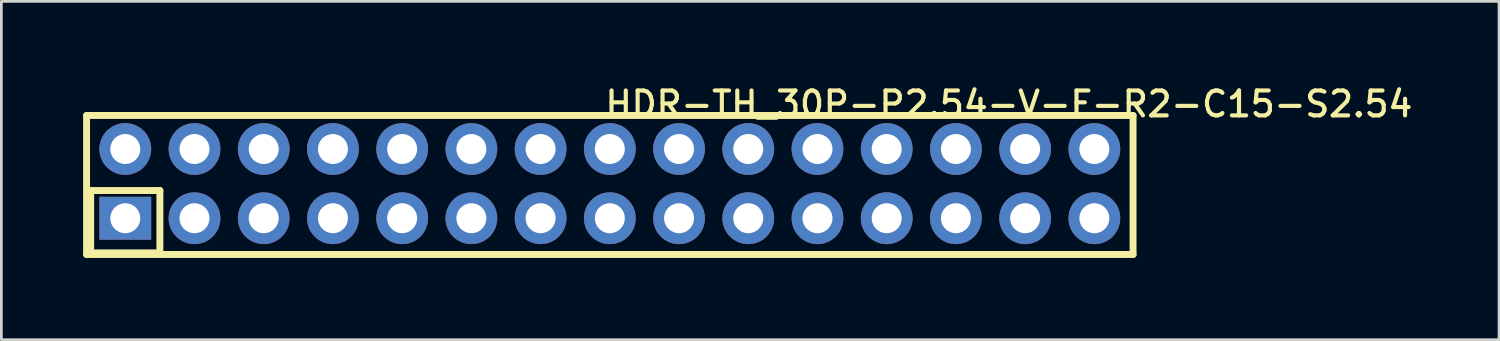
<source format=kicad_pcb>
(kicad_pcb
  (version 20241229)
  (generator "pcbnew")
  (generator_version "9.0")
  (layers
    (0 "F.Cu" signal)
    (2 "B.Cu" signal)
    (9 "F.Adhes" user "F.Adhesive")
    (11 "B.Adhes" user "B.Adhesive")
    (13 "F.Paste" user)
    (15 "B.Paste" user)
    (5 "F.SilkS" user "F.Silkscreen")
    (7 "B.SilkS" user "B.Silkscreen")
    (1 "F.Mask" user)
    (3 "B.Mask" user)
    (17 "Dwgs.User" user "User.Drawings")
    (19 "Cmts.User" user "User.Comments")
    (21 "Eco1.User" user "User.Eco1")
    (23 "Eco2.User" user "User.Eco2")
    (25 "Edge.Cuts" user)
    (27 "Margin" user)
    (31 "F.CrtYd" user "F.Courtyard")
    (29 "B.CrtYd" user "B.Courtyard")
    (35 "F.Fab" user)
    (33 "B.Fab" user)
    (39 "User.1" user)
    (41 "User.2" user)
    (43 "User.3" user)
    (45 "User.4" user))
  (footprint "HDR-TH_30P-P2.54-V-F-R2-C15-S2.54"
    (layer "F.Cu")
    (at 19.327 3.688)
    (property "Reference" "HDR-TH_30P-P2.54-V-F-R2-C15-S2.54" (at -0.254 -3.454 0) (layer "F.SilkS") (effects (font (size 0.914 0.914) (thickness 0.152)) (justify left top)))
    (fp_line (start -19.2 -2.5) (end 19.2 -2.5) (stroke (width 0.254) (type default)) (layer "F.SilkS"))
    (fp_line (start -19.2 2.6) (end -19.2 -2.5) (stroke (width 0.254) (type default)) (layer "F.SilkS"))
    (fp_line (start -19.05 0.254) (end -16.51 0.254) (stroke (width 0.254) (type default)) (layer "F.SilkS"))
    (fp_line (start -19.05 2.54) (end -19.05 0.254) (stroke (width 0.254) (type default)) (layer "F.SilkS"))
    (fp_line (start -16.51 0.254) (end -16.51 2.54) (stroke (width 0.254) (type default)) (layer "F.SilkS"))
    (fp_line (start -16.51 2.54) (end -19.05 2.54) (stroke (width 0.254) (type default)) (layer "F.SilkS"))
    (fp_line (start 19.2 -2.5) (end 19.2 2.6) (stroke (width 0.254) (type default)) (layer "F.SilkS"))
    (fp_line (start 19.2 2.6) (end -19.2 2.6) (stroke (width 0.254) (type default)) (layer "F.SilkS"))
    (fp_circle (center -19.25 2.5) (end -19.22 2.5) (stroke (width 0.06) (type default)) (fill no) (layer "User.5"))
    (pad "1" thru_hole rect (at -17.78 1.27) (size 1.9 1.575) (drill 1.1) (layers "*.Cu" "*.Mask"))
    (pad "2" thru_hole oval (at -17.78 -1.27) (size 1.9 1.9) (drill 1.1) (layers "*.Cu" "*.Mask"))
    (pad "3" thru_hole oval (at -15.24 1.27) (size 1.9 1.9) (drill 1.1) (layers "*.Cu" "*.Mask"))
    (pad "4" thru_hole oval (at -15.24 -1.27) (size 1.9 1.9) (drill 1.1) (layers "*.Cu" "*.Mask"))
    (pad "5" thru_hole oval (at -12.7 1.27) (size 1.9 1.9) (drill 1.1) (layers "*.Cu" "*.Mask"))
    (pad "6" thru_hole oval (at -12.7 -1.27) (size 1.9 1.9) (drill 1.1) (layers "*.Cu" "*.Mask"))
    (pad "7" thru_hole oval (at -10.16 1.27) (size 1.9 1.9) (drill 1.1) (layers "*.Cu" "*.Mask"))
    (pad "8" thru_hole oval (at -10.16 -1.27) (size 1.9 1.9) (drill 1.1) (layers "*.Cu" "*.Mask"))
    (pad "9" thru_hole oval (at -7.62 1.27) (size 1.9 1.9) (drill 1.1) (layers "*.Cu" "*.Mask"))
    (pad "10" thru_hole oval (at -7.62 -1.27) (size 1.9 1.9) (drill 1.1) (layers "*.Cu" "*.Mask"))
    (pad "11" thru_hole oval (at -5.08 1.27) (size 1.9 1.9) (drill 1.1) (layers "*.Cu" "*.Mask"))
    (pad "12" thru_hole oval (at -5.08 -1.27) (size 1.9 1.9) (drill 1.1) (layers "*.Cu" "*.Mask"))
    (pad "13" thru_hole oval (at -2.54 1.27) (size 1.9 1.9) (drill 1.1) (layers "*.Cu" "*.Mask"))
    (pad "14" thru_hole oval (at -2.54 -1.27) (size 1.9 1.9) (drill 1.1) (layers "*.Cu" "*.Mask"))
    (pad "15" thru_hole oval (at 0 1.27) (size 1.9 1.9) (drill 1.1) (layers "*.Cu" "*.Mask"))
    (pad "16" thru_hole oval (at 0 -1.27) (size 1.9 1.9) (drill 1.1) (layers "*.Cu" "*.Mask"))
    (pad "17" thru_hole oval (at 2.54 1.27) (size 1.9 1.9) (drill 1.1) (layers "*.Cu" "*.Mask"))
    (pad "18" thru_hole oval (at 2.54 -1.27) (size 1.9 1.9) (drill 1.1) (layers "*.Cu" "*.Mask"))
    (pad "19" thru_hole oval (at 5.08 1.27) (size 1.9 1.9) (drill 1.1) (layers "*.Cu" "*.Mask"))
    (pad "20" thru_hole oval (at 5.08 -1.27) (size 1.9 1.9) (drill 1.1) (layers "*.Cu" "*.Mask"))
    (pad "21" thru_hole oval (at 7.62 1.27) (size 1.9 1.9) (drill 1.1) (layers "*.Cu" "*.Mask"))
    (pad "22" thru_hole oval (at 7.62 -1.27) (size 1.9 1.9) (drill 1.1) (layers "*.Cu" "*.Mask"))
    (pad "23" thru_hole oval (at 10.16 1.27) (size 1.9 1.9) (drill 1.1) (layers "*.Cu" "*.Mask"))
    (pad "24" thru_hole oval (at 10.16 -1.27) (size 1.9 1.9) (drill 1.1) (layers "*.Cu" "*.Mask"))
    (pad "25" thru_hole oval (at 12.7 1.27) (size 1.9 1.9) (drill 1.1) (layers "*.Cu" "*.Mask"))
    (pad "26" thru_hole oval (at 12.7 -1.27) (size 1.9 1.9) (drill 1.1) (layers "*.Cu" "*.Mask"))
    (pad "27" thru_hole oval (at 15.24 1.27) (size 1.9 1.9) (drill 1.1) (layers "*.Cu" "*.Mask"))
    (pad "28" thru_hole oval (at 15.24 -1.27) (size 1.9 1.9) (drill 1.1) (layers "*.Cu" "*.Mask"))
    (pad "29" thru_hole oval (at 17.78 1.27) (size 1.9 1.9) (drill 1.1) (layers "*.Cu" "*.Mask"))
    (pad "30" thru_hole oval (at 17.78 -1.27) (size 1.9 1.9) (drill 1.1) (layers "*.Cu" "*.Mask"))
    (zone (net_name "") (layer "User.3") (hatch edge 0.5) (priority 100) (connect_pads yes) (min_thickness 0) (filled_areas_thickness no) (fill yes) (polygon (pts (xy 0.077 6.188) (xy 0.077 1.188) (xy 38.577 1.188) (xy 38.577 6.188))) (filled_polygon (layer "User.3") (island) (pts (xy 0.077 6.188) (xy 0.077 1.188) (xy 38.577 1.188) (xy 38.577 6.188))))
    (zone (net_name "") (layer "User.4") (hatch edge 0.5) (priority 100) (connect_pads yes) (min_thickness 0) (filled_areas_thickness no) (fill yes) (polygon (pts (xy 1.227 2.218) (xy 1.867 2.218) (xy 1.867 2.618) (xy 1.227 2.618))) (filled_polygon (layer "User.4") (island) (pts (xy 1.227 2.218) (xy 1.867 2.218) (xy 1.867 2.618) (xy 1.227 2.618))))
    (zone (net_name "") (layer "User.4") (hatch edge 0.5) (priority 100) (connect_pads yes) (min_thickness 0) (filled_areas_thickness no) (fill yes) (polygon (pts (xy 1.227 4.758) (xy 1.867 4.758) (xy 1.867 5.158) (xy 1.227 5.158))) (filled_polygon (layer "User.4") (island) (pts (xy 1.227 4.758) (xy 1.867 4.758) (xy 1.867 5.158) (xy 1.227 5.158))))
    (zone (net_name "") (layer "User.4") (hatch edge 0.5) (priority 100) (connect_pads yes) (min_thickness 0) (filled_areas_thickness no) (fill yes) (polygon (pts (xy 3.767 2.218) (xy 4.407 2.218) (xy 4.407 2.618) (xy 3.767 2.618))) (filled_polygon (layer "User.4") (island) (pts (xy 3.767 2.218) (xy 4.407 2.218) (xy 4.407 2.618) (xy 3.767 2.618))))
    (zone (net_name "") (layer "User.4") (hatch edge 0.5) (priority 100) (connect_pads yes) (min_thickness 0) (filled_areas_thickness no) (fill yes) (polygon (pts (xy 3.767 4.758) (xy 4.407 4.758) (xy 4.407 5.158) (xy 3.767 5.158))) (filled_polygon (layer "User.4") (island) (pts (xy 3.767 4.758) (xy 4.407 4.758) (xy 4.407 5.158) (xy 3.767 5.158))))
    (zone (net_name "") (layer "User.4") (hatch edge 0.5) (priority 100) (connect_pads yes) (min_thickness 0) (filled_areas_thickness no) (fill yes) (polygon (pts (xy 6.307 2.218) (xy 6.947 2.218) (xy 6.947 2.618) (xy 6.307 2.618))) (filled_polygon (layer "User.4") (island) (pts (xy 6.307 2.218) (xy 6.947 2.218) (xy 6.947 2.618) (xy 6.307 2.618))))
    (zone (net_name "") (layer "User.4") (hatch edge 0.5) (priority 100) (connect_pads yes) (min_thickness 0) (filled_areas_thickness no) (fill yes) (polygon (pts (xy 6.307 4.758) (xy 6.947 4.758) (xy 6.947 5.158) (xy 6.307 5.158))) (filled_polygon (layer "User.4") (island) (pts (xy 6.307 4.758) (xy 6.947 4.758) (xy 6.947 5.158) (xy 6.307 5.158))))
    (zone (net_name "") (layer "User.4") (hatch edge 0.5) (priority 100) (connect_pads yes) (min_thickness 0) (filled_areas_thickness no) (fill yes) (polygon (pts (xy 8.847 2.218) (xy 9.487 2.218) (xy 9.487 2.618) (xy 8.847 2.618))) (filled_polygon (layer "User.4") (island) (pts (xy 8.847 2.218) (xy 9.487 2.218) (xy 9.487 2.618) (xy 8.847 2.618))))
    (zone (net_name "") (layer "User.4") (hatch edge 0.5) (priority 100) (connect_pads yes) (min_thickness 0) (filled_areas_thickness no) (fill yes) (polygon (pts (xy 8.847 4.758) (xy 9.487 4.758) (xy 9.487 5.158) (xy 8.847 5.158))) (filled_polygon (layer "User.4") (island) (pts (xy 8.847 4.758) (xy 9.487 4.758) (xy 9.487 5.158) (xy 8.847 5.158))))
    (zone (net_name "") (layer "User.4") (hatch edge 0.5) (priority 100) (connect_pads yes) (min_thickness 0) (filled_areas_thickness no) (fill yes) (polygon (pts (xy 11.387 2.218) (xy 12.027 2.218) (xy 12.027 2.618) (xy 11.387 2.618))) (filled_polygon (layer "User.4") (island) (pts (xy 11.387 2.218) (xy 12.027 2.218) (xy 12.027 2.618) (xy 11.387 2.618))))
    (zone (net_name "") (layer "User.4") (hatch edge 0.5) (priority 100) (connect_pads yes) (min_thickness 0) (filled_areas_thickness no) (fill yes) (polygon (pts (xy 11.387 4.758) (xy 12.027 4.758) (xy 12.027 5.158) (xy 11.387 5.158))) (filled_polygon (layer "User.4") (island) (pts (xy 11.387 4.758) (xy 12.027 4.758) (xy 12.027 5.158) (xy 11.387 5.158))))
    (zone (net_name "") (layer "User.4") (hatch edge 0.5) (priority 100) (connect_pads yes) (min_thickness 0) (filled_areas_thickness no) (fill yes) (polygon (pts (xy 13.927 2.218) (xy 14.567 2.218) (xy 14.567 2.618) (xy 13.927 2.618))) (filled_polygon (layer "User.4") (island) (pts (xy 13.927 2.218) (xy 14.567 2.218) (xy 14.567 2.618) (xy 13.927 2.618))))
    (zone (net_name "") (layer "User.4") (hatch edge 0.5) (priority 100) (connect_pads yes) (min_thickness 0) (filled_areas_thickness no) (fill yes) (polygon (pts (xy 13.927 4.758) (xy 14.567 4.758) (xy 14.567 5.158) (xy 13.927 5.158))) (filled_polygon (layer "User.4") (island) (pts (xy 13.927 4.758) (xy 14.567 4.758) (xy 14.567 5.158) (xy 13.927 5.158))))
    (zone (net_name "") (layer "User.4") (hatch edge 0.5) (priority 100) (connect_pads yes) (min_thickness 0) (filled_areas_thickness no) (fill yes) (polygon (pts (xy 16.467 2.218) (xy 17.107 2.218) (xy 17.107 2.618) (xy 16.467 2.618))) (filled_polygon (layer "User.4") (island) (pts (xy 16.467 2.218) (xy 17.107 2.218) (xy 17.107 2.618) (xy 16.467 2.618))))
    (zone (net_name "") (layer "User.4") (hatch edge 0.5) (priority 100) (connect_pads yes) (min_thickness 0) (filled_areas_thickness no) (fill yes) (polygon (pts (xy 16.467 4.758) (xy 17.107 4.758) (xy 17.107 5.158) (xy 16.467 5.158))) (filled_polygon (layer "User.4") (island) (pts (xy 16.467 4.758) (xy 17.107 4.758) (xy 17.107 5.158) (xy 16.467 5.158))))
    (zone (net_name "") (layer "User.4") (hatch edge 0.5) (priority 100) (connect_pads yes) (min_thickness 0) (filled_areas_thickness no) (fill yes) (polygon (pts (xy 19.007 2.218) (xy 19.647 2.218) (xy 19.647 2.618) (xy 19.007 2.618))) (filled_polygon (layer "User.4") (island) (pts (xy 19.007 2.218) (xy 19.647 2.218) (xy 19.647 2.618) (xy 19.007 2.618))))
    (zone (net_name "") (layer "User.4") (hatch edge 0.5) (priority 100) (connect_pads yes) (min_thickness 0) (filled_areas_thickness no) (fill yes) (polygon (pts (xy 19.007 4.758) (xy 19.647 4.758) (xy 19.647 5.158) (xy 19.007 5.158))) (filled_polygon (layer "User.4") (island) (pts (xy 19.007 4.758) (xy 19.647 4.758) (xy 19.647 5.158) (xy 19.007 5.158))))
    (zone (net_name "") (layer "User.4") (hatch edge 0.5) (priority 100) (connect_pads yes) (min_thickness 0) (filled_areas_thickness no) (fill yes) (polygon (pts (xy 21.547 2.218) (xy 22.187 2.218) (xy 22.187 2.618) (xy 21.547 2.618))) (filled_polygon (layer "User.4") (island) (pts (xy 21.547 2.218) (xy 22.187 2.218) (xy 22.187 2.618) (xy 21.547 2.618))))
    (zone (net_name "") (layer "User.4") (hatch edge 0.5) (priority 100) (connect_pads yes) (min_thickness 0) (filled_areas_thickness no) (fill yes) (polygon (pts (xy 21.547 4.758) (xy 22.187 4.758) (xy 22.187 5.158) (xy 21.547 5.158))) (filled_polygon (layer "User.4") (island) (pts (xy 21.547 4.758) (xy 22.187 4.758) (xy 22.187 5.158) (xy 21.547 5.158))))
    (zone (net_name "") (layer "User.4") (hatch edge 0.5) (priority 100) (connect_pads yes) (min_thickness 0) (filled_areas_thickness no) (fill yes) (polygon (pts (xy 24.087 2.218) (xy 24.727 2.218) (xy 24.727 2.618) (xy 24.087 2.618))) (filled_polygon (layer "User.4") (island) (pts (xy 24.087 2.218) (xy 24.727 2.218) (xy 24.727 2.618) (xy 24.087 2.618))))
    (zone (net_name "") (layer "User.4") (hatch edge 0.5) (priority 100) (connect_pads yes) (min_thickness 0) (filled_areas_thickness no) (fill yes) (polygon (pts (xy 24.087 4.758) (xy 24.727 4.758) (xy 24.727 5.158) (xy 24.087 5.158))) (filled_polygon (layer "User.4") (island) (pts (xy 24.087 4.758) (xy 24.727 4.758) (xy 24.727 5.158) (xy 24.087 5.158))))
    (zone (net_name "") (layer "User.4") (hatch edge 0.5) (priority 100) (connect_pads yes) (min_thickness 0) (filled_areas_thickness no) (fill yes) (polygon (pts (xy 26.627 2.218) (xy 27.267 2.218) (xy 27.267 2.618) (xy 26.627 2.618))) (filled_polygon (layer "User.4") (island) (pts (xy 26.627 2.218) (xy 27.267 2.218) (xy 27.267 2.618) (xy 26.627 2.618))))
    (zone (net_name "") (layer "User.4") (hatch edge 0.5) (priority 100) (connect_pads yes) (min_thickness 0) (filled_areas_thickness no) (fill yes) (polygon (pts (xy 26.627 4.758) (xy 27.267 4.758) (xy 27.267 5.158) (xy 26.627 5.158))) (filled_polygon (layer "User.4") (island) (pts (xy 26.627 4.758) (xy 27.267 4.758) (xy 27.267 5.158) (xy 26.627 5.158))))
    (zone (net_name "") (layer "User.4") (hatch edge 0.5) (priority 100) (connect_pads yes) (min_thickness 0) (filled_areas_thickness no) (fill yes) (polygon (pts (xy 29.167 2.218) (xy 29.807 2.218) (xy 29.807 2.618) (xy 29.167 2.618))) (filled_polygon (layer "User.4") (island) (pts (xy 29.167 2.218) (xy 29.807 2.218) (xy 29.807 2.618) (xy 29.167 2.618))))
    (zone (net_name "") (layer "User.4") (hatch edge 0.5) (priority 100) (connect_pads yes) (min_thickness 0) (filled_areas_thickness no) (fill yes) (polygon (pts (xy 29.167 4.758) (xy 29.807 4.758) (xy 29.807 5.158) (xy 29.167 5.158))) (filled_polygon (layer "User.4") (island) (pts (xy 29.167 4.758) (xy 29.807 4.758) (xy 29.807 5.158) (xy 29.167 5.158))))
    (zone (net_name "") (layer "User.4") (hatch edge 0.5) (priority 100) (connect_pads yes) (min_thickness 0) (filled_areas_thickness no) (fill yes) (polygon (pts (xy 31.707 2.218) (xy 32.347 2.218) (xy 32.347 2.618) (xy 31.707 2.618))) (filled_polygon (layer "User.4") (island) (pts (xy 31.707 2.218) (xy 32.347 2.218) (xy 32.347 2.618) (xy 31.707 2.618))))
    (zone (net_name "") (layer "User.4") (hatch edge 0.5) (priority 100) (connect_pads yes) (min_thickness 0) (filled_areas_thickness no) (fill yes) (polygon (pts (xy 31.707 4.758) (xy 32.347 4.758) (xy 32.347 5.158) (xy 31.707 5.158))) (filled_polygon (layer "User.4") (island) (pts (xy 31.707 4.758) (xy 32.347 4.758) (xy 32.347 5.158) (xy 31.707 5.158))))
    (zone (net_name "") (layer "User.4") (hatch edge 0.5) (priority 100) (connect_pads yes) (min_thickness 0) (filled_areas_thickness no) (fill yes) (polygon (pts (xy 34.247 2.218) (xy 34.887 2.218) (xy 34.887 2.618) (xy 34.247 2.618))) (filled_polygon (layer "User.4") (island) (pts (xy 34.247 2.218) (xy 34.887 2.218) (xy 34.887 2.618) (xy 34.247 2.618))))
    (zone (net_name "") (layer "User.4") (hatch edge 0.5) (priority 100) (connect_pads yes) (min_thickness 0) (filled_areas_thickness no) (fill yes) (polygon (pts (xy 34.247 4.758) (xy 34.887 4.758) (xy 34.887 5.158) (xy 34.247 5.158))) (filled_polygon (layer "User.4") (island) (pts (xy 34.247 4.758) (xy 34.887 4.758) (xy 34.887 5.158) (xy 34.247 5.158))))
    (zone (net_name "") (layer "User.4") (hatch edge 0.5) (priority 100) (connect_pads yes) (min_thickness 0) (filled_areas_thickness no) (fill yes) (polygon (pts (xy 36.787 2.218) (xy 37.427 2.218) (xy 37.427 2.618) (xy 36.787 2.618))) (filled_polygon (layer "User.4") (island) (pts (xy 36.787 2.218) (xy 37.427 2.218) (xy 37.427 2.618) (xy 36.787 2.618))))
    (zone (net_name "") (layer "User.4") (hatch edge 0.5) (priority 100) (connect_pads yes) (min_thickness 0) (filled_areas_thickness no) (fill yes) (polygon (pts (xy 36.787 4.758) (xy 37.427 4.758) (xy 37.427 5.158) (xy 36.787 5.158))) (filled_polygon (layer "User.4") (island) (pts (xy 36.787 4.758) (xy 37.427 4.758) (xy 37.427 5.158) (xy 36.787 5.158)))))
  (gr_rect
    (start -3 -3)
    (end 51.956 9.415)
    (stroke (width 0.1) (type default))
    (fill no)
    (layer "Edge.Cuts")))
</source>
